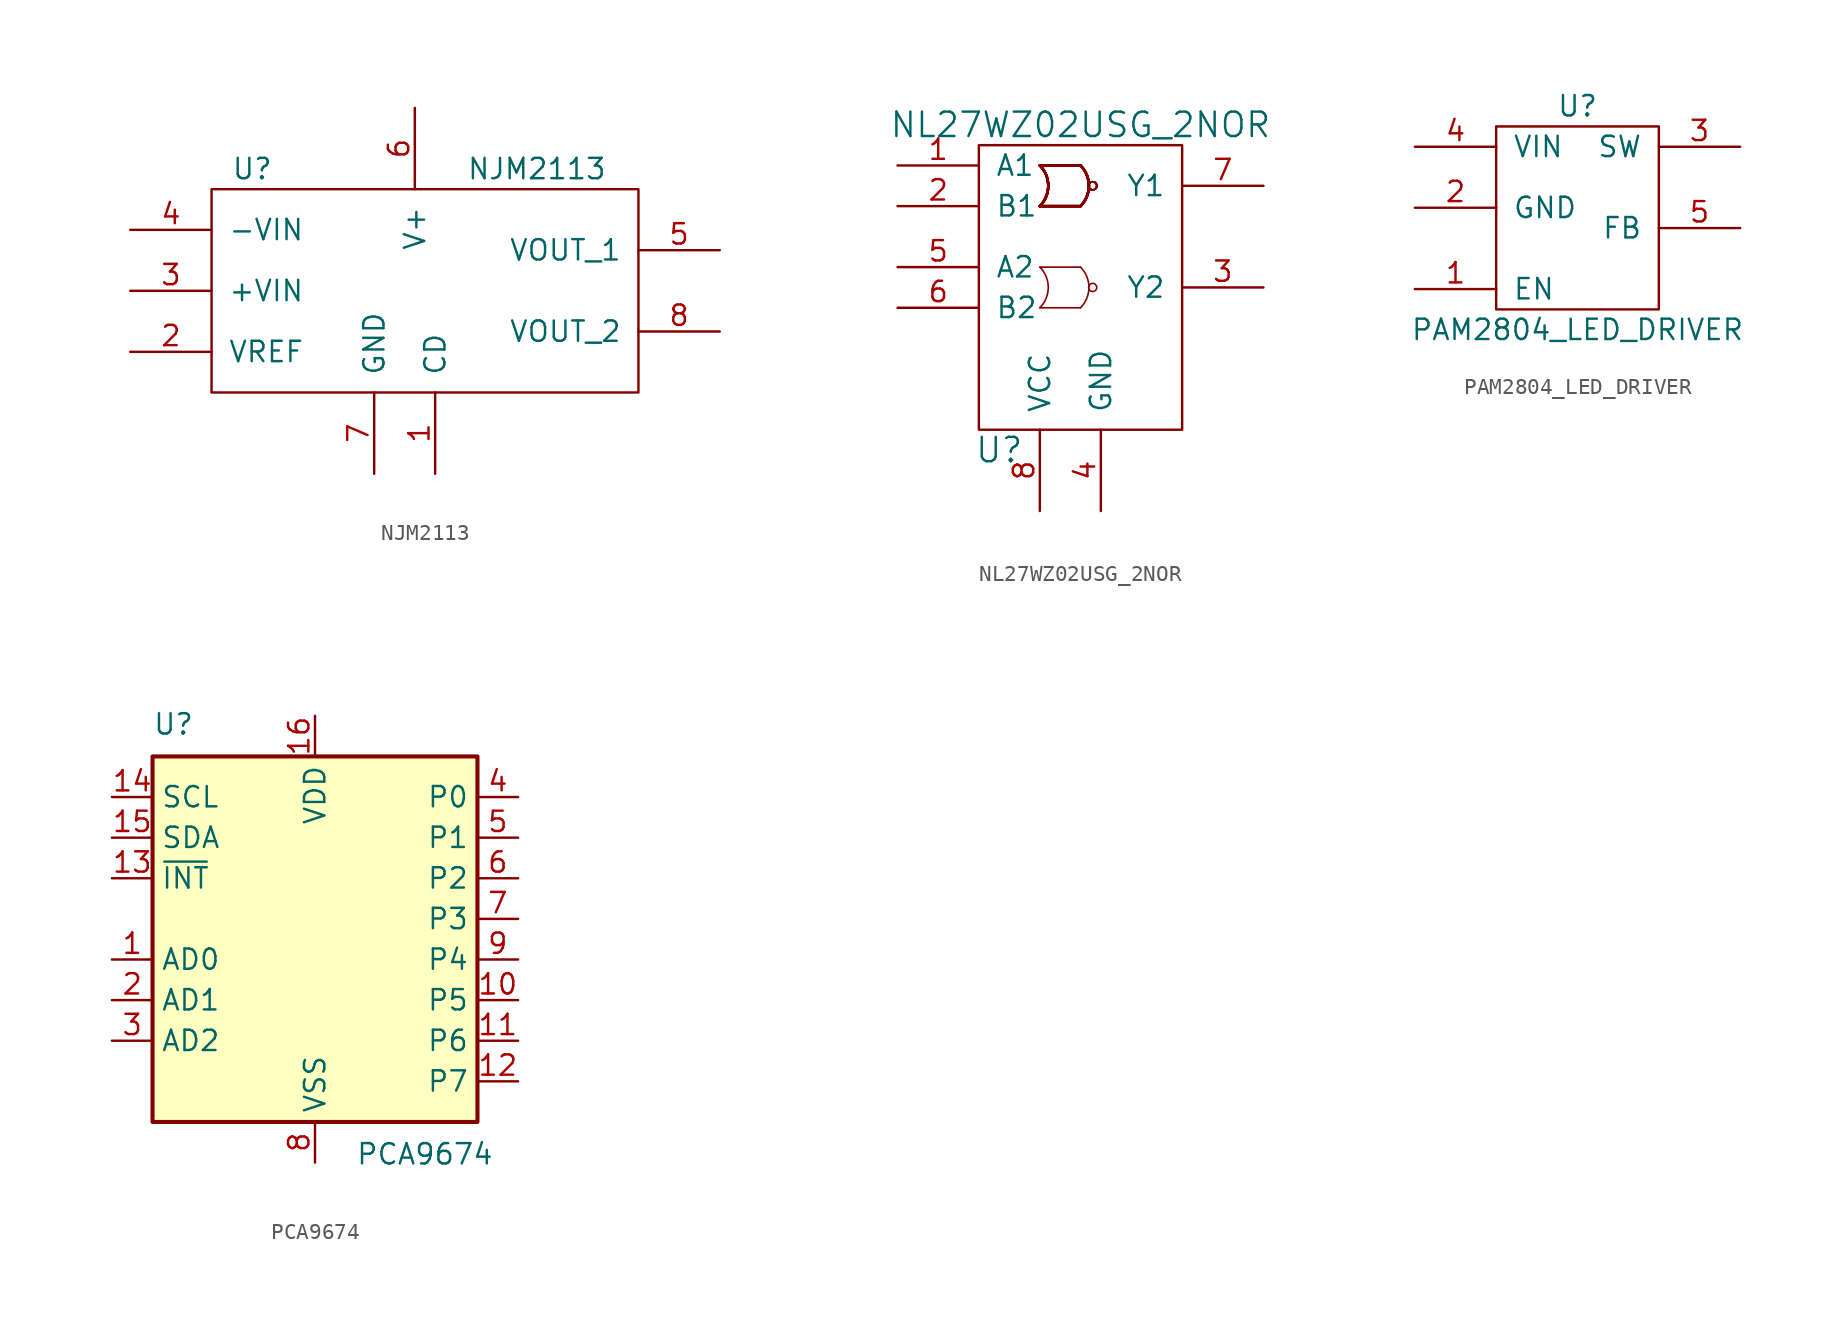
<source format=kicad_sym>
(kicad_symbol_lib
  (version 20231120)
  (generator "kicad_symbol_editor")
  (generator_version "8.0")
  (symbol "NJM2113"
    (pin_names
      (offset 1.016))
    (property "Reference" "U"
      (at -10.16 6.35 0)
      (effects (font (size 1.27 1.27))))
    (property "Value" "NJM2113"
      (at 7.62 6.35 0)
      (effects (font (size 1.27 1.27))))
    (symbol "NJM2113_0_1"
      (rectangle (start -12.7 5.08) (end 13.97 -7.62) (stroke (width 0) (type default)) (fill (type none))))
    (symbol "NJM2113_1_1"
      (pin input line (at 1.27 -12.7 90) (length 5.08) (name "CD" (effects (font (size 1.27 1.27)))) (number "1" (effects (font (size 1.27 1.27)))))
      (pin input line (at -17.78 -5.08 0) (length 5.08) (name "VREF" (effects (font (size 1.27 1.27)))) (number "2" (effects (font (size 1.27 1.27)))))
      (pin input line (at -17.78 -1.27 0) (length 5.08) (name "+VIN" (effects (font (size 1.27 1.27)))) (number "3" (effects (font (size 1.27 1.27)))))
      (pin input line (at -17.78 2.54 0) (length 5.08) (name "-VIN" (effects (font (size 1.27 1.27)))) (number "4" (effects (font (size 1.27 1.27)))))
      (pin output line (at 19.05 1.27 180) (length 5.08) (name "VOUT_1" (effects (font (size 1.27 1.27)))) (number "5" (effects (font (size 1.27 1.27)))))
      (pin power_in line (at 0 10.16 270) (length 5.08) (name "V+" (effects (font (size 1.27 1.27)))) (number "6" (effects (font (size 1.27 1.27)))))
      (pin power_in line (at -2.54 -12.7 90) (length 5.08) (name "GND" (effects (font (size 1.27 1.27)))) (number "7" (effects (font (size 1.27 1.27)))))
      (pin output line (at 19.05 -3.81 180) (length 5.08) (name "VOUT_2" (effects (font (size 1.27 1.27)))) (number "8" (effects (font (size 1.27 1.27)))))))
  (symbol "NL27WZ02USG_2NOR"
    (pin_names
      (offset 1.016))
    (property "Reference" "U"
      (at -5.08 -15.24 0)
      (effects (font (size 1.524 1.524))))
    (property "Value" "NL27WZ02USG_2NOR"
      (at 0 5.08 0)
      (effects (font (size 1.524 1.524))))
    (symbol "NL27WZ02USG_2NOR_0_1"
      (rectangle (start -6.35 3.81) (end 6.35 -13.97) (stroke (width 0) (type default)) (fill (type none)))
      (arc (start -2.54 -6.35) (mid -2.0139 -5.08) (end -2.54 -3.81) (stroke (width 0.1016) (type default)) (fill (type none)))
      (arc (start -2.54 0) (mid -2.0139 1.27) (end -2.54 2.54) (stroke (width 0) (type default)) (fill (type none)))
      (arc (start -2.54 0) (mid -2.0139 1.27) (end -2.54 2.54) (stroke (width 0) (type default)) (fill (type none)))
      (arc (start -2.54 0) (mid -2.0139 1.27) (end -2.54 2.54) (stroke (width 0) (type default)) (fill (type none)))
      (arc (start -2.54 0) (mid -2.0139 1.27) (end -2.54 2.54) (stroke (width 0) (type default)) (fill (type none)))
      (arc (start -2.54 0) (mid -2.0139 1.27) (end -2.54 2.54) (stroke (width 0) (type default)) (fill (type none)))
      (arc (start -2.54 0) (mid -2.0139 1.27) (end -2.54 2.54) (stroke (width 0) (type default)) (fill (type none)))
      (arc (start -2.54 0) (mid -2.0139 1.27) (end -2.54 2.54) (stroke (width 0) (type default)) (fill (type none)))
      (arc (start -2.54 0) (mid -2.0139 1.27) (end -2.54 2.54) (stroke (width 0) (type default)) (fill (type none)))
      (arc (start 0 -6.35) (mid 0.5261 -5.08) (end 0 -3.81) (stroke (width 0.1016) (type default)) (fill (type none)))
      (polyline (pts (xy -2.54 -6.35) (xy 0 -6.35)) (stroke (width 0.102) (type default)) (fill (type none)))
      (polyline (pts (xy -2.54 -3.81) (xy 0 -3.81)) (stroke (width 0.102) (type default)) (fill (type none)))
      (polyline (pts (xy -2.54 0) (xy 0 0)) (stroke (width 0) (type default)) (fill (type none)))
      (polyline (pts (xy -2.54 0) (xy 0 0)) (stroke (width 0) (type default)) (fill (type none)))
      (polyline (pts (xy -2.54 0) (xy 0 0)) (stroke (width 0) (type default)) (fill (type none)))
      (polyline (pts (xy -2.54 0) (xy 0 0)) (stroke (width 0) (type default)) (fill (type none)))
      (polyline (pts (xy -2.54 0) (xy 0 0)) (stroke (width 0) (type default)) (fill (type none)))
      (polyline (pts (xy -2.54 0) (xy 0 0)) (stroke (width 0) (type default)) (fill (type none)))
      (polyline (pts (xy -2.54 0) (xy 0 0)) (stroke (width 0) (type default)) (fill (type none)))
      (polyline (pts (xy -2.54 0) (xy 0 0)) (stroke (width 0) (type default)) (fill (type none)))
      (polyline (pts (xy -2.54 2.54) (xy 0 2.54)) (stroke (width 0) (type default)) (fill (type none)))
      (polyline (pts (xy -2.54 2.54) (xy 0 2.54)) (stroke (width 0) (type default)) (fill (type none)))
      (polyline (pts (xy -2.54 2.54) (xy 0 2.54)) (stroke (width 0) (type default)) (fill (type none)))
      (polyline (pts (xy -2.54 2.54) (xy 0 2.54)) (stroke (width 0) (type default)) (fill (type none)))
      (polyline (pts (xy -2.54 2.54) (xy 0 2.54)) (stroke (width 0) (type default)) (fill (type none)))
      (polyline (pts (xy -2.54 2.54) (xy 0 2.54)) (stroke (width 0) (type default)) (fill (type none)))
      (polyline (pts (xy -2.54 2.54) (xy 0 2.54)) (stroke (width 0) (type default)) (fill (type none)))
      (polyline (pts (xy -2.54 2.54) (xy 0 2.54)) (stroke (width 0) (type default)) (fill (type none)))
      (arc (start 0 0) (mid 0.5261 1.27) (end 0 2.54) (stroke (width 0) (type default)) (fill (type none)))
      (arc (start 0 0) (mid 0.5261 1.27) (end 0 2.54) (stroke (width 0) (type default)) (fill (type none)))
      (arc (start 0 0) (mid 0.5261 1.27) (end 0 2.54) (stroke (width 0) (type default)) (fill (type none)))
      (arc (start 0 0) (mid 0.5261 1.27) (end 0 2.54) (stroke (width 0) (type default)) (fill (type none)))
      (arc (start 0 0) (mid 0.5261 1.27) (end 0 2.54) (stroke (width 0) (type default)) (fill (type none)))
      (arc (start 0 0) (mid 0.5261 1.27) (end 0 2.54) (stroke (width 0) (type default)) (fill (type none)))
      (arc (start 0 0) (mid 0.5261 1.27) (end 0 2.54) (stroke (width 0) (type default)) (fill (type none)))
      (arc (start 0 0) (mid 0.5261 1.27) (end 0 2.54) (stroke (width 0) (type default)) (fill (type none)))
      (circle (center 0.762 -5.08) (radius 0.254) (stroke (width 0.102) (type default)) (fill (type none)))
      (circle (center 0.762 1.27) (radius 0.254) (stroke (width 0.102) (type default)) (fill (type none)))
      (circle (center 0.762 1.27) (radius 0.254) (stroke (width 0.102) (type default)) (fill (type none)))
      (circle (center 0.762 1.27) (radius 0.254) (stroke (width 0.102) (type default)) (fill (type none)))
      (circle (center 0.762 1.27) (radius 0.254) (stroke (width 0.102) (type default)) (fill (type none)))
      (circle (center 0.762 1.27) (radius 0.254) (stroke (width 0.102) (type default)) (fill (type none)))
      (circle (center 0.762 1.27) (radius 0.254) (stroke (width 0.102) (type default)) (fill (type none)))
      (circle (center 0.762 1.27) (radius 0.254) (stroke (width 0.102) (type default)) (fill (type none)))
      (circle (center 0.762 1.27) (radius 0.254) (stroke (width 0.102) (type default)) (fill (type none))))
    (symbol "NL27WZ02USG_2NOR_1_1"
      (pin input line (at -11.43 2.54 0) (length 5.08) (name "A1" (effects (font (size 1.27 1.27)))) (number "1" (effects (font (size 1.27 1.27)))))
      (pin input line (at -11.43 0 0) (length 5.08) (name "B1" (effects (font (size 1.27 1.27)))) (number "2" (effects (font (size 1.27 1.27)))))
      (pin output line (at 11.43 -5.08 180) (length 5.08) (name "Y2" (effects (font (size 1.27 1.27)))) (number "3" (effects (font (size 1.27 1.27)))))
      (pin power_in line (at 1.27 -19.05 90) (length 5.08) (name "GND" (effects (font (size 1.27 1.27)))) (number "4" (effects (font (size 1.27 1.27)))))
      (pin input line (at -11.43 -3.81 0) (length 5.08) (name "A2" (effects (font (size 1.27 1.27)))) (number "5" (effects (font (size 1.27 1.27)))))
      (pin input line (at -11.43 -6.35 0) (length 5.08) (name "B2" (effects (font (size 1.27 1.27)))) (number "6" (effects (font (size 1.27 1.27)))))
      (pin output line (at 11.43 1.27 180) (length 5.08) (name "Y1" (effects (font (size 1.27 1.27)))) (number "7" (effects (font (size 1.27 1.27)))))
      (pin power_in line (at -2.54 -19.05 90) (length 5.08) (name "VCC" (effects (font (size 1.27 1.27)))) (number "8" (effects (font (size 1.27 1.27)))))))
  (symbol "PAM2804_LED_DRIVER"
    (pin_names
      (offset 1.016))
    (property "Reference" "U"
      (at 0 6.35 0)
      (effects (font (size 1.27 1.27))))
    (property "Value" "PAM2804_LED_DRIVER"
      (at 0 -7.62 0)
      (effects (font (size 1.27 1.27))))
    (symbol "PAM2804_LED_DRIVER_0_1"
      (rectangle (start -5.08 5.08) (end 5.08 -6.35) (stroke (width 0) (type default)) (fill (type none))))
    (symbol "PAM2804_LED_DRIVER_1_1"
      (pin input line (at -10.16 -5.08 0) (length 5.08) (name "EN" (effects (font (size 1.27 1.27)))) (number "1" (effects (font (size 1.27 1.27)))))
      (pin power_in line (at -10.16 0 0) (length 5.08) (name "GND" (effects (font (size 1.27 1.27)))) (number "2" (effects (font (size 1.27 1.27)))))
      (pin output line (at 10.16 3.81 180) (length 5.08) (name "SW" (effects (font (size 1.27 1.27)))) (number "3" (effects (font (size 1.27 1.27)))))
      (pin power_in line (at -10.16 3.81 0) (length 5.08) (name "VIN" (effects (font (size 1.27 1.27)))) (number "4" (effects (font (size 1.27 1.27)))))
      (pin input line (at 10.16 -1.27 180) (length 5.08) (name "FB" (effects (font (size 1.27 1.27)))) (number "5" (effects (font (size 1.27 1.27)))))))
  (symbol "PCA9674"
    (property "Reference" "U"
      (at -10.16 12.7 0)
      (effects (font (size 1.27 1.27)) (justify left bottom)))
    (property "Value" "PCA9674"
      (at 2.54 -12.7 0)
      (effects (font (size 1.27 1.27)) (justify left top)))
    (symbol "PCA9674_0_1"
      (rectangle (start -10.16 11.43) (end 10.16 -11.43) (stroke (width 0.254) (type default)) (fill (type background))))
    (symbol "PCA9674_1_1"
      (pin input line (at -12.7 -1.27 0) (length 2.54) (name "AD0" (effects (font (size 1.27 1.27)))) (number "1" (effects (font (size 1.27 1.27)))))
      (pin bidirectional line (at 12.7 -3.81 180) (length 2.54) (name "P5" (effects (font (size 1.27 1.27)))) (number "10" (effects (font (size 1.27 1.27)))))
      (pin bidirectional line (at 12.7 -6.35 180) (length 2.54) (name "P6" (effects (font (size 1.27 1.27)))) (number "11" (effects (font (size 1.27 1.27)))))
      (pin bidirectional line (at 12.7 -8.89 180) (length 2.54) (name "P7" (effects (font (size 1.27 1.27)))) (number "12" (effects (font (size 1.27 1.27)))))
      (pin output line (at -12.7 3.81 0) (length 2.54) (name "~{INT}" (effects (font (size 1.27 1.27)))) (number "13" (effects (font (size 1.27 1.27)))))
      (pin input line (at -12.7 8.89 0) (length 2.54) (name "SCL" (effects (font (size 1.27 1.27)))) (number "14" (effects (font (size 1.27 1.27)))))
      (pin bidirectional line (at -12.7 6.35 0) (length 2.54) (name "SDA" (effects (font (size 1.27 1.27)))) (number "15" (effects (font (size 1.27 1.27)))))
      (pin power_in line (at 0 13.97 270) (length 2.54) (name "VDD" (effects (font (size 1.27 1.27)))) (number "16" (effects (font (size 1.27 1.27)))))
      (pin input line (at -12.7 -3.81 0) (length 2.54) (name "AD1" (effects (font (size 1.27 1.27)))) (number "2" (effects (font (size 1.27 1.27)))))
      (pin input line (at -12.7 -6.35 0) (length 2.54) (name "AD2" (effects (font (size 1.27 1.27)))) (number "3" (effects (font (size 1.27 1.27)))))
      (pin bidirectional line (at 12.7 8.89 180) (length 2.54) (name "P0" (effects (font (size 1.27 1.27)))) (number "4" (effects (font (size 1.27 1.27)))))
      (pin bidirectional line (at 12.7 6.35 180) (length 2.54) (name "P1" (effects (font (size 1.27 1.27)))) (number "5" (effects (font (size 1.27 1.27)))))
      (pin bidirectional line (at 12.7 3.81 180) (length 2.54) (name "P2" (effects (font (size 1.27 1.27)))) (number "6" (effects (font (size 1.27 1.27)))))
      (pin bidirectional line (at 12.7 1.27 180) (length 2.54) (name "P3" (effects (font (size 1.27 1.27)))) (number "7" (effects (font (size 1.27 1.27)))))
      (pin power_in line (at 0 -13.97 90) (length 2.54) (name "VSS" (effects (font (size 1.27 1.27)))) (number "8" (effects (font (size 1.27 1.27)))))
      (pin bidirectional line (at 12.7 -1.27 180) (length 2.54) (name "P4" (effects (font (size 1.27 1.27)))) (number "9" (effects (font (size 1.27 1.27))))))))
</source>
